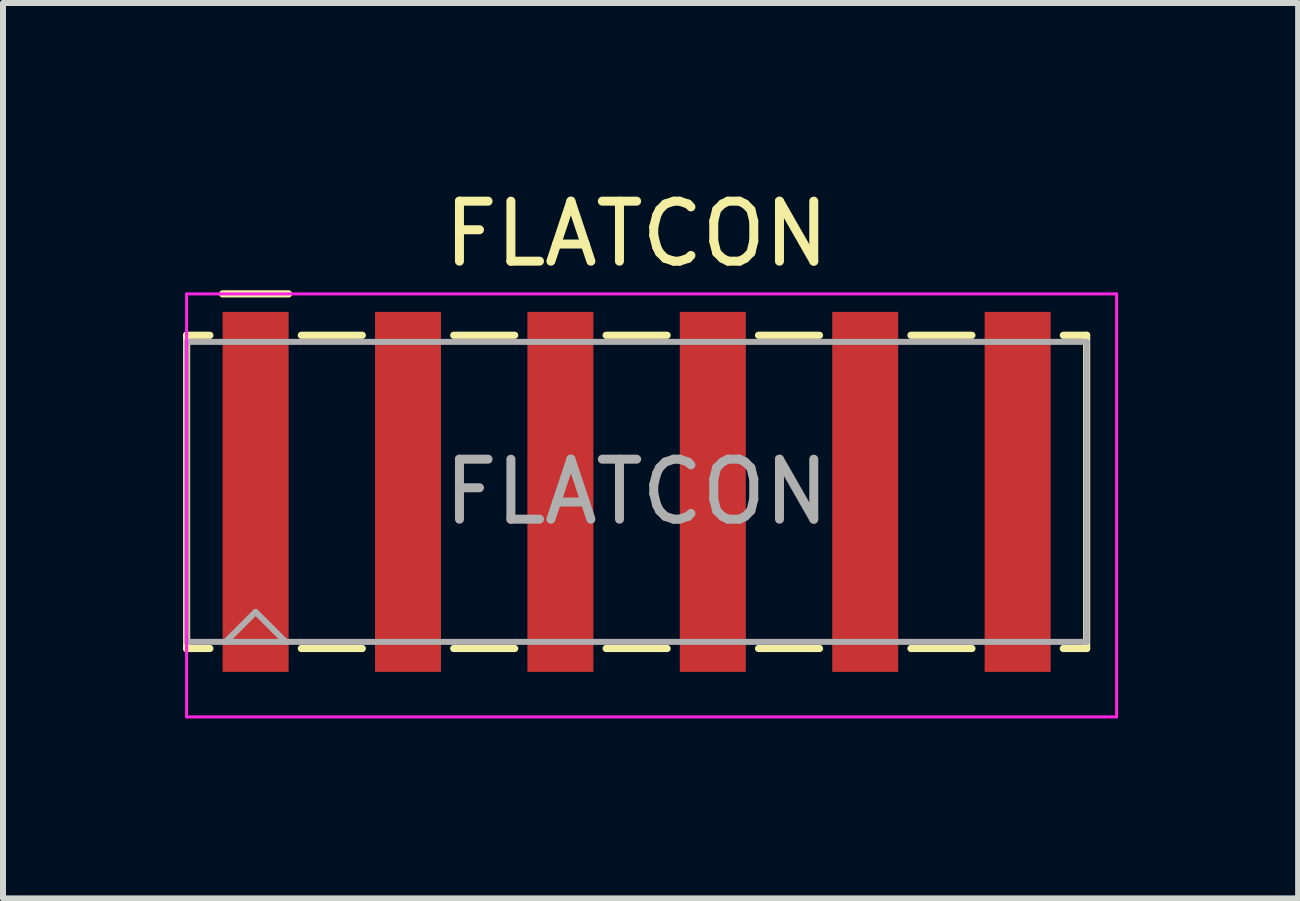
<source format=kicad_pcb>
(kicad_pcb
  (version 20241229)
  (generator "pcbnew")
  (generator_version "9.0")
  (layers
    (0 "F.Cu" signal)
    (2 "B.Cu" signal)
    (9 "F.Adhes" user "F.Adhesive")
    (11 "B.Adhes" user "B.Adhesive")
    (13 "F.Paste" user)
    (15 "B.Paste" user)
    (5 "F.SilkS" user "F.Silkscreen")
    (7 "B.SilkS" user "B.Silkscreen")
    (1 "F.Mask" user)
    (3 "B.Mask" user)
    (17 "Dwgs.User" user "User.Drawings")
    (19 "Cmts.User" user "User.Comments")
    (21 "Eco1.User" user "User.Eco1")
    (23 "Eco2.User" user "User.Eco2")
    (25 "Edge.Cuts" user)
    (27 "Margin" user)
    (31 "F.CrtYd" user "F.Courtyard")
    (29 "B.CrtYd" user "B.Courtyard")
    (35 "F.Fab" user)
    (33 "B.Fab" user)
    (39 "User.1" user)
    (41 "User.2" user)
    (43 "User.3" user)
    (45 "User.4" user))
  (footprint "FLATCON"
    (layer "F.Cu")
    (at 7.56 5.148)
    (property "Reference" "FLATCON" (at 0 -4.3 0) (layer "F.SilkS") (effects (font (size 1 1) (thickness 0.15))))
    (attr smd)
    (fp_line (start -7.5 -2.61) (end -7.5 2.61) (stroke (width 0.12) (type solid)) (layer "F.SilkS"))
    (fp_line (start -7.5 -2.61) (end -7.112 -2.61) (stroke (width 0.12) (type solid)) (layer "F.SilkS"))
    (fp_line (start -7.5 2.61) (end -7.112 2.61) (stroke (width 0.12) (type solid)) (layer "F.SilkS"))
    (fp_line (start -6.9 -3.3) (end -5.8 -3.3) (stroke (width 0.12) (type solid)) (layer "F.SilkS"))
    (fp_line (start -5.588 -2.61) (end -4.572 -2.61) (stroke (width 0.12) (type solid)) (layer "F.SilkS"))
    (fp_line (start -5.588 2.61) (end -4.572 2.61) (stroke (width 0.12) (type solid)) (layer "F.SilkS"))
    (fp_line (start -3.048 -2.61) (end -2.032 -2.61) (stroke (width 0.12) (type solid)) (layer "F.SilkS"))
    (fp_line (start -3.048 2.61) (end -2.032 2.61) (stroke (width 0.12) (type solid)) (layer "F.SilkS"))
    (fp_line (start -0.508 -2.61) (end 0.508 -2.61) (stroke (width 0.12) (type solid)) (layer "F.SilkS"))
    (fp_line (start -0.508 2.61) (end 0.508 2.61) (stroke (width 0.12) (type solid)) (layer "F.SilkS"))
    (fp_line (start 2.032 -2.61) (end 3.048 -2.61) (stroke (width 0.12) (type solid)) (layer "F.SilkS"))
    (fp_line (start 2.032 2.61) (end 3.048 2.61) (stroke (width 0.12) (type solid)) (layer "F.SilkS"))
    (fp_line (start 4.572 -2.61) (end 5.588 -2.61) (stroke (width 0.12) (type solid)) (layer "F.SilkS"))
    (fp_line (start 4.572 2.61) (end 5.588 2.61) (stroke (width 0.12) (type solid)) (layer "F.SilkS"))
    (fp_line (start 7.112 -2.61) (end 7.5 -2.61) (stroke (width 0.12) (type solid)) (layer "F.SilkS"))
    (fp_line (start 7.112 2.61) (end 7.5 2.61) (stroke (width 0.12) (type solid)) (layer "F.SilkS"))
    (fp_line (start 7.5 -2.61) (end 7.5 2.61) (stroke (width 0.12) (type solid)) (layer "F.SilkS"))
    (fp_line (start -7.5 -3.3) (end -7.5 3.75) (stroke (width 0.05) (type solid)) (layer "F.CrtYd"))
    (fp_line (start -7.5 3.75) (end 8 3.75) (stroke (width 0.05) (type solid)) (layer "F.CrtYd"))
    (fp_line (start 8 -3.3) (end -7.5 -3.3) (stroke (width 0.05) (type solid)) (layer "F.CrtYd"))
    (fp_line (start 8 3.75) (end 8 -3.3) (stroke (width 0.05) (type solid)) (layer "F.CrtYd"))
    (fp_line (start -7.5 -2.5) (end -7.5 2.5) (stroke (width 0.1) (type solid)) (layer "F.Fab"))
    (fp_line (start -7.5 2.5) (end 7.5 2.5) (stroke (width 0.1) (type solid)) (layer "F.Fab"))
    (fp_line (start -6.85 2.5) (end -6.35 2) (stroke (width 0.1) (type solid)) (layer "F.Fab"))
    (fp_line (start -6.35 2) (end -5.85 2.5) (stroke (width 0.1) (type solid)) (layer "F.Fab"))
    (fp_line (start 7.5 -2.5) (end -7.5 -2.5) (stroke (width 0.1) (type solid)) (layer "F.Fab"))
    (fp_line (start 7.5 2.5) (end 7.5 -2.5) (stroke (width 0.1) (type solid)) (layer "F.Fab"))
    (fp_text user "${REFERENCE}" (at 0 0 0) (layer "F.Fab") (effects (font (size 1 1) (thickness 0.15))))
    (pad "1" smd rect (at -6.35 0) (size 1.1 6) (layers "F.Cu" "F.Mask" "F.Paste"))
    (pad "2" smd rect (at -3.81 0) (size 1.1 6) (layers "F.Cu" "F.Mask" "F.Paste"))
    (pad "3" smd rect (at -1.27 0) (size 1.1 6) (layers "F.Cu" "F.Mask" "F.Paste"))
    (pad "4" smd rect (at 1.27 0) (size 1.1 6) (layers "F.Cu" "F.Mask" "F.Paste"))
    (pad "5" smd rect (at 3.81 0) (size 1.1 6) (layers "F.Cu" "F.Mask" "F.Paste"))
    (pad "6" smd rect (at 6.35 0) (size 1.1 6) (layers "F.Cu" "F.Mask" "F.Paste")))
  (gr_rect
    (start -3 -3)
    (end 18.585 11.923)
    (stroke (width 0.1) (type default))
    (fill no)
    (layer "Edge.Cuts")))
</source>
